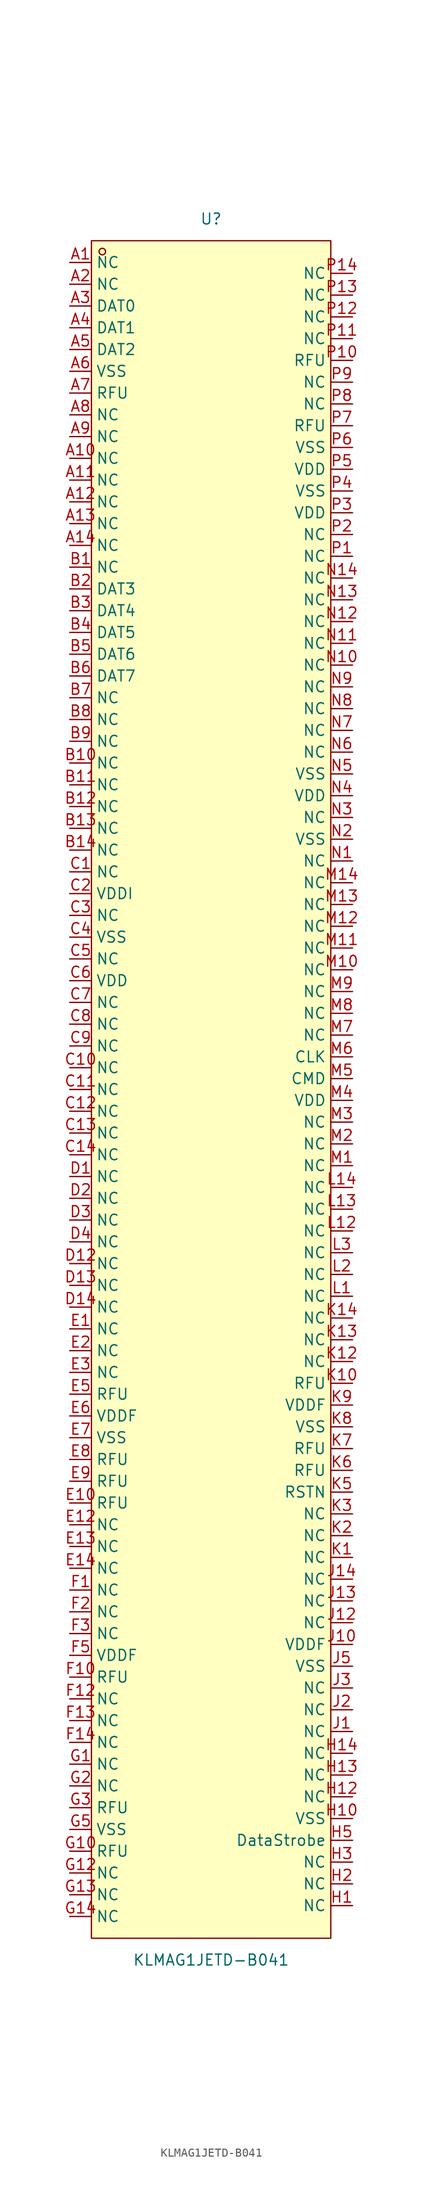
<source format=kicad_sym>
(kicad_symbol_lib
  (version 20211014)
  (generator https://github.com/uPesy/easyeda2kicad.py)
  (symbol "KLMAG1JETD-B041"
    (property "Reference" "U"
      (at 0 101.60 0)
      (effects (font (size 1.27 1.27))))
    (property "Value" "KLMAG1JETD-B041"
      (at 0 -101.60 0)
      (effects (font (size 1.27 1.27))))
    (symbol "KLMAG1JETD-B041_0_1"
      (rectangle (start -13.97 99.06) (end 13.97 -99.06) (stroke (width 0) (type default) (color 0 0 0 0)) (fill (type background)))
      (circle (center -12.70 97.79) (radius 0.38) (stroke (width 0) (type default) (color 0 0 0 0)) (fill (type none)))
      (pin unspecified line (at -16.51 96.52 0) (length 2.54) (name "NC" (effects (font (size 1.27 1.27)))) (number "A1" (effects (font (size 1.27 1.27)))))
      (pin unspecified line (at -16.51 93.98 0) (length 2.54) (name "NC" (effects (font (size 1.27 1.27)))) (number "A2" (effects (font (size 1.27 1.27)))))
      (pin unspecified line (at -16.51 91.44 0) (length 2.54) (name "DAT0" (effects (font (size 1.27 1.27)))) (number "A3" (effects (font (size 1.27 1.27)))))
      (pin unspecified line (at -16.51 88.90 0) (length 2.54) (name "DAT1" (effects (font (size 1.27 1.27)))) (number "A4" (effects (font (size 1.27 1.27)))))
      (pin unspecified line (at -16.51 86.36 0) (length 2.54) (name "DAT2" (effects (font (size 1.27 1.27)))) (number "A5" (effects (font (size 1.27 1.27)))))
      (pin unspecified line (at -16.51 83.82 0) (length 2.54) (name "VSS" (effects (font (size 1.27 1.27)))) (number "A6" (effects (font (size 1.27 1.27)))))
      (pin unspecified line (at -16.51 81.28 0) (length 2.54) (name "RFU" (effects (font (size 1.27 1.27)))) (number "A7" (effects (font (size 1.27 1.27)))))
      (pin unspecified line (at -16.51 78.74 0) (length 2.54) (name "NC" (effects (font (size 1.27 1.27)))) (number "A8" (effects (font (size 1.27 1.27)))))
      (pin unspecified line (at -16.51 76.20 0) (length 2.54) (name "NC" (effects (font (size 1.27 1.27)))) (number "A9" (effects (font (size 1.27 1.27)))))
      (pin unspecified line (at -16.51 73.66 0) (length 2.54) (name "NC" (effects (font (size 1.27 1.27)))) (number "A10" (effects (font (size 1.27 1.27)))))
      (pin unspecified line (at -16.51 71.12 0) (length 2.54) (name "NC" (effects (font (size 1.27 1.27)))) (number "A11" (effects (font (size 1.27 1.27)))))
      (pin unspecified line (at -16.51 68.58 0) (length 2.54) (name "NC" (effects (font (size 1.27 1.27)))) (number "A12" (effects (font (size 1.27 1.27)))))
      (pin unspecified line (at -16.51 66.04 0) (length 2.54) (name "NC" (effects (font (size 1.27 1.27)))) (number "A13" (effects (font (size 1.27 1.27)))))
      (pin unspecified line (at -16.51 63.50 0) (length 2.54) (name "NC" (effects (font (size 1.27 1.27)))) (number "A14" (effects (font (size 1.27 1.27)))))
      (pin unspecified line (at -16.51 60.96 0) (length 2.54) (name "NC" (effects (font (size 1.27 1.27)))) (number "B1" (effects (font (size 1.27 1.27)))))
      (pin unspecified line (at -16.51 58.42 0) (length 2.54) (name "DAT3" (effects (font (size 1.27 1.27)))) (number "B2" (effects (font (size 1.27 1.27)))))
      (pin unspecified line (at -16.51 55.88 0) (length 2.54) (name "DAT4" (effects (font (size 1.27 1.27)))) (number "B3" (effects (font (size 1.27 1.27)))))
      (pin unspecified line (at -16.51 53.34 0) (length 2.54) (name "DAT5" (effects (font (size 1.27 1.27)))) (number "B4" (effects (font (size 1.27 1.27)))))
      (pin unspecified line (at -16.51 50.80 0) (length 2.54) (name "DAT6" (effects (font (size 1.27 1.27)))) (number "B5" (effects (font (size 1.27 1.27)))))
      (pin unspecified line (at -16.51 48.26 0) (length 2.54) (name "DAT7" (effects (font (size 1.27 1.27)))) (number "B6" (effects (font (size 1.27 1.27)))))
      (pin unspecified line (at -16.51 45.72 0) (length 2.54) (name "NC" (effects (font (size 1.27 1.27)))) (number "B7" (effects (font (size 1.27 1.27)))))
      (pin unspecified line (at -16.51 43.18 0) (length 2.54) (name "NC" (effects (font (size 1.27 1.27)))) (number "B8" (effects (font (size 1.27 1.27)))))
      (pin unspecified line (at -16.51 40.64 0) (length 2.54) (name "NC" (effects (font (size 1.27 1.27)))) (number "B9" (effects (font (size 1.27 1.27)))))
      (pin unspecified line (at -16.51 38.10 0) (length 2.54) (name "NC" (effects (font (size 1.27 1.27)))) (number "B10" (effects (font (size 1.27 1.27)))))
      (pin unspecified line (at -16.51 35.56 0) (length 2.54) (name "NC" (effects (font (size 1.27 1.27)))) (number "B11" (effects (font (size 1.27 1.27)))))
      (pin unspecified line (at -16.51 33.02 0) (length 2.54) (name "NC" (effects (font (size 1.27 1.27)))) (number "B12" (effects (font (size 1.27 1.27)))))
      (pin unspecified line (at -16.51 30.48 0) (length 2.54) (name "NC" (effects (font (size 1.27 1.27)))) (number "B13" (effects (font (size 1.27 1.27)))))
      (pin unspecified line (at -16.51 27.94 0) (length 2.54) (name "NC" (effects (font (size 1.27 1.27)))) (number "B14" (effects (font (size 1.27 1.27)))))
      (pin unspecified line (at -16.51 25.40 0) (length 2.54) (name "NC" (effects (font (size 1.27 1.27)))) (number "C1" (effects (font (size 1.27 1.27)))))
      (pin unspecified line (at -16.51 22.86 0) (length 2.54) (name "VDDI" (effects (font (size 1.27 1.27)))) (number "C2" (effects (font (size 1.27 1.27)))))
      (pin unspecified line (at -16.51 20.32 0) (length 2.54) (name "NC" (effects (font (size 1.27 1.27)))) (number "C3" (effects (font (size 1.27 1.27)))))
      (pin unspecified line (at -16.51 17.78 0) (length 2.54) (name "VSS" (effects (font (size 1.27 1.27)))) (number "C4" (effects (font (size 1.27 1.27)))))
      (pin unspecified line (at -16.51 15.24 0) (length 2.54) (name "NC" (effects (font (size 1.27 1.27)))) (number "C5" (effects (font (size 1.27 1.27)))))
      (pin unspecified line (at -16.51 12.70 0) (length 2.54) (name "VDD" (effects (font (size 1.27 1.27)))) (number "C6" (effects (font (size 1.27 1.27)))))
      (pin unspecified line (at -16.51 10.16 0) (length 2.54) (name "NC" (effects (font (size 1.27 1.27)))) (number "C7" (effects (font (size 1.27 1.27)))))
      (pin unspecified line (at -16.51 7.62 0) (length 2.54) (name "NC" (effects (font (size 1.27 1.27)))) (number "C8" (effects (font (size 1.27 1.27)))))
      (pin unspecified line (at -16.51 5.08 0) (length 2.54) (name "NC" (effects (font (size 1.27 1.27)))) (number "C9" (effects (font (size 1.27 1.27)))))
      (pin unspecified line (at -16.51 2.54 0) (length 2.54) (name "NC" (effects (font (size 1.27 1.27)))) (number "C10" (effects (font (size 1.27 1.27)))))
      (pin unspecified line (at -16.51 -0.00 0) (length 2.54) (name "NC" (effects (font (size 1.27 1.27)))) (number "C11" (effects (font (size 1.27 1.27)))))
      (pin unspecified line (at -16.51 -2.54 0) (length 2.54) (name "NC" (effects (font (size 1.27 1.27)))) (number "C12" (effects (font (size 1.27 1.27)))))
      (pin unspecified line (at -16.51 -5.08 0) (length 2.54) (name "NC" (effects (font (size 1.27 1.27)))) (number "C13" (effects (font (size 1.27 1.27)))))
      (pin unspecified line (at -16.51 -7.62 0) (length 2.54) (name "NC" (effects (font (size 1.27 1.27)))) (number "C14" (effects (font (size 1.27 1.27)))))
      (pin unspecified line (at -16.51 -10.16 0) (length 2.54) (name "NC" (effects (font (size 1.27 1.27)))) (number "D1" (effects (font (size 1.27 1.27)))))
      (pin unspecified line (at -16.51 -12.70 0) (length 2.54) (name "NC" (effects (font (size 1.27 1.27)))) (number "D2" (effects (font (size 1.27 1.27)))))
      (pin unspecified line (at -16.51 -15.24 0) (length 2.54) (name "NC" (effects (font (size 1.27 1.27)))) (number "D3" (effects (font (size 1.27 1.27)))))
      (pin unspecified line (at -16.51 -17.78 0) (length 2.54) (name "NC" (effects (font (size 1.27 1.27)))) (number "D4" (effects (font (size 1.27 1.27)))))
      (pin unspecified line (at -16.51 -20.32 0) (length 2.54) (name "NC" (effects (font (size 1.27 1.27)))) (number "D12" (effects (font (size 1.27 1.27)))))
      (pin unspecified line (at -16.51 -22.86 0) (length 2.54) (name "NC" (effects (font (size 1.27 1.27)))) (number "D13" (effects (font (size 1.27 1.27)))))
      (pin unspecified line (at -16.51 -25.40 0) (length 2.54) (name "NC" (effects (font (size 1.27 1.27)))) (number "D14" (effects (font (size 1.27 1.27)))))
      (pin unspecified line (at -16.51 -27.94 0) (length 2.54) (name "NC" (effects (font (size 1.27 1.27)))) (number "E1" (effects (font (size 1.27 1.27)))))
      (pin unspecified line (at -16.51 -30.48 0) (length 2.54) (name "NC" (effects (font (size 1.27 1.27)))) (number "E2" (effects (font (size 1.27 1.27)))))
      (pin unspecified line (at -16.51 -33.02 0) (length 2.54) (name "NC" (effects (font (size 1.27 1.27)))) (number "E3" (effects (font (size 1.27 1.27)))))
      (pin unspecified line (at -16.51 -35.56 0) (length 2.54) (name "RFU" (effects (font (size 1.27 1.27)))) (number "E5" (effects (font (size 1.27 1.27)))))
      (pin unspecified line (at -16.51 -38.10 0) (length 2.54) (name "VDDF" (effects (font (size 1.27 1.27)))) (number "E6" (effects (font (size 1.27 1.27)))))
      (pin unspecified line (at -16.51 -40.64 0) (length 2.54) (name "VSS" (effects (font (size 1.27 1.27)))) (number "E7" (effects (font (size 1.27 1.27)))))
      (pin unspecified line (at -16.51 -43.18 0) (length 2.54) (name "RFU" (effects (font (size 1.27 1.27)))) (number "E8" (effects (font (size 1.27 1.27)))))
      (pin unspecified line (at -16.51 -45.72 0) (length 2.54) (name "RFU" (effects (font (size 1.27 1.27)))) (number "E9" (effects (font (size 1.27 1.27)))))
      (pin unspecified line (at -16.51 -48.26 0) (length 2.54) (name "RFU" (effects (font (size 1.27 1.27)))) (number "E10" (effects (font (size 1.27 1.27)))))
      (pin unspecified line (at -16.51 -50.80 0) (length 2.54) (name "NC" (effects (font (size 1.27 1.27)))) (number "E12" (effects (font (size 1.27 1.27)))))
      (pin unspecified line (at -16.51 -53.34 0) (length 2.54) (name "NC" (effects (font (size 1.27 1.27)))) (number "E13" (effects (font (size 1.27 1.27)))))
      (pin unspecified line (at -16.51 -55.88 0) (length 2.54) (name "NC" (effects (font (size 1.27 1.27)))) (number "E14" (effects (font (size 1.27 1.27)))))
      (pin unspecified line (at -16.51 -58.42 0) (length 2.54) (name "NC" (effects (font (size 1.27 1.27)))) (number "F1" (effects (font (size 1.27 1.27)))))
      (pin unspecified line (at -16.51 -60.96 0) (length 2.54) (name "NC" (effects (font (size 1.27 1.27)))) (number "F2" (effects (font (size 1.27 1.27)))))
      (pin unspecified line (at -16.51 -63.50 0) (length 2.54) (name "NC" (effects (font (size 1.27 1.27)))) (number "F3" (effects (font (size 1.27 1.27)))))
      (pin unspecified line (at -16.51 -66.04 0) (length 2.54) (name "VDDF" (effects (font (size 1.27 1.27)))) (number "F5" (effects (font (size 1.27 1.27)))))
      (pin unspecified line (at -16.51 -68.58 0) (length 2.54) (name "RFU" (effects (font (size 1.27 1.27)))) (number "F10" (effects (font (size 1.27 1.27)))))
      (pin unspecified line (at -16.51 -71.12 0) (length 2.54) (name "NC" (effects (font (size 1.27 1.27)))) (number "F12" (effects (font (size 1.27 1.27)))))
      (pin unspecified line (at -16.51 -73.66 0) (length 2.54) (name "NC" (effects (font (size 1.27 1.27)))) (number "F13" (effects (font (size 1.27 1.27)))))
      (pin unspecified line (at -16.51 -76.20 0) (length 2.54) (name "NC" (effects (font (size 1.27 1.27)))) (number "F14" (effects (font (size 1.27 1.27)))))
      (pin unspecified line (at -16.51 -78.74 0) (length 2.54) (name "NC" (effects (font (size 1.27 1.27)))) (number "G1" (effects (font (size 1.27 1.27)))))
      (pin unspecified line (at -16.51 -81.28 0) (length 2.54) (name "NC" (effects (font (size 1.27 1.27)))) (number "G2" (effects (font (size 1.27 1.27)))))
      (pin unspecified line (at -16.51 -83.82 0) (length 2.54) (name "RFU" (effects (font (size 1.27 1.27)))) (number "G3" (effects (font (size 1.27 1.27)))))
      (pin unspecified line (at -16.51 -86.36 0) (length 2.54) (name "VSS" (effects (font (size 1.27 1.27)))) (number "G5" (effects (font (size 1.27 1.27)))))
      (pin unspecified line (at -16.51 -88.90 0) (length 2.54) (name "RFU" (effects (font (size 1.27 1.27)))) (number "G10" (effects (font (size 1.27 1.27)))))
      (pin unspecified line (at -16.51 -91.44 0) (length 2.54) (name "NC" (effects (font (size 1.27 1.27)))) (number "G12" (effects (font (size 1.27 1.27)))))
      (pin unspecified line (at -16.51 -93.98 0) (length 2.54) (name "NC" (effects (font (size 1.27 1.27)))) (number "G13" (effects (font (size 1.27 1.27)))))
      (pin unspecified line (at -16.51 -96.52 0) (length 2.54) (name "NC" (effects (font (size 1.27 1.27)))) (number "G14" (effects (font (size 1.27 1.27)))))
      (pin unspecified line (at 16.51 -95.25 180) (length 2.54) (name "NC" (effects (font (size 1.27 1.27)))) (number "H1" (effects (font (size 1.27 1.27)))))
      (pin unspecified line (at 16.51 -92.71 180) (length 2.54) (name "NC" (effects (font (size 1.27 1.27)))) (number "H2" (effects (font (size 1.27 1.27)))))
      (pin unspecified line (at 16.51 -90.17 180) (length 2.54) (name "NC" (effects (font (size 1.27 1.27)))) (number "H3" (effects (font (size 1.27 1.27)))))
      (pin unspecified line (at 16.51 -87.63 180) (length 2.54) (name "DataStrobe" (effects (font (size 1.27 1.27)))) (number "H5" (effects (font (size 1.27 1.27)))))
      (pin unspecified line (at 16.51 -85.09 180) (length 2.54) (name "VSS" (effects (font (size 1.27 1.27)))) (number "H10" (effects (font (size 1.27 1.27)))))
      (pin unspecified line (at 16.51 -82.55 180) (length 2.54) (name "NC" (effects (font (size 1.27 1.27)))) (number "H12" (effects (font (size 1.27 1.27)))))
      (pin unspecified line (at 16.51 -80.01 180) (length 2.54) (name "NC" (effects (font (size 1.27 1.27)))) (number "H13" (effects (font (size 1.27 1.27)))))
      (pin unspecified line (at 16.51 -77.47 180) (length 2.54) (name "NC" (effects (font (size 1.27 1.27)))) (number "H14" (effects (font (size 1.27 1.27)))))
      (pin unspecified line (at 16.51 -74.93 180) (length 2.54) (name "NC" (effects (font (size 1.27 1.27)))) (number "J1" (effects (font (size 1.27 1.27)))))
      (pin unspecified line (at 16.51 -72.39 180) (length 2.54) (name "NC" (effects (font (size 1.27 1.27)))) (number "J2" (effects (font (size 1.27 1.27)))))
      (pin unspecified line (at 16.51 -69.85 180) (length 2.54) (name "NC" (effects (font (size 1.27 1.27)))) (number "J3" (effects (font (size 1.27 1.27)))))
      (pin unspecified line (at 16.51 -67.31 180) (length 2.54) (name "VSS" (effects (font (size 1.27 1.27)))) (number "J5" (effects (font (size 1.27 1.27)))))
      (pin unspecified line (at 16.51 -64.77 180) (length 2.54) (name "VDDF" (effects (font (size 1.27 1.27)))) (number "J10" (effects (font (size 1.27 1.27)))))
      (pin unspecified line (at 16.51 -62.23 180) (length 2.54) (name "NC" (effects (font (size 1.27 1.27)))) (number "J12" (effects (font (size 1.27 1.27)))))
      (pin unspecified line (at 16.51 -59.69 180) (length 2.54) (name "NC" (effects (font (size 1.27 1.27)))) (number "J13" (effects (font (size 1.27 1.27)))))
      (pin unspecified line (at 16.51 -57.15 180) (length 2.54) (name "NC" (effects (font (size 1.27 1.27)))) (number "J14" (effects (font (size 1.27 1.27)))))
      (pin unspecified line (at 16.51 -54.61 180) (length 2.54) (name "NC" (effects (font (size 1.27 1.27)))) (number "K1" (effects (font (size 1.27 1.27)))))
      (pin unspecified line (at 16.51 -52.07 180) (length 2.54) (name "NC" (effects (font (size 1.27 1.27)))) (number "K2" (effects (font (size 1.27 1.27)))))
      (pin unspecified line (at 16.51 -49.53 180) (length 2.54) (name "NC" (effects (font (size 1.27 1.27)))) (number "K3" (effects (font (size 1.27 1.27)))))
      (pin unspecified line (at 16.51 -46.99 180) (length 2.54) (name "RSTN" (effects (font (size 1.27 1.27)))) (number "K5" (effects (font (size 1.27 1.27)))))
      (pin unspecified line (at 16.51 -44.45 180) (length 2.54) (name "RFU" (effects (font (size 1.27 1.27)))) (number "K6" (effects (font (size 1.27 1.27)))))
      (pin unspecified line (at 16.51 -41.91 180) (length 2.54) (name "RFU" (effects (font (size 1.27 1.27)))) (number "K7" (effects (font (size 1.27 1.27)))))
      (pin unspecified line (at 16.51 -39.37 180) (length 2.54) (name "VSS" (effects (font (size 1.27 1.27)))) (number "K8" (effects (font (size 1.27 1.27)))))
      (pin unspecified line (at 16.51 -36.83 180) (length 2.54) (name "VDDF" (effects (font (size 1.27 1.27)))) (number "K9" (effects (font (size 1.27 1.27)))))
      (pin unspecified line (at 16.51 -34.29 180) (length 2.54) (name "RFU" (effects (font (size 1.27 1.27)))) (number "K10" (effects (font (size 1.27 1.27)))))
      (pin unspecified line (at 16.51 -31.75 180) (length 2.54) (name "NC" (effects (font (size 1.27 1.27)))) (number "K12" (effects (font (size 1.27 1.27)))))
      (pin unspecified line (at 16.51 -29.21 180) (length 2.54) (name "NC" (effects (font (size 1.27 1.27)))) (number "K13" (effects (font (size 1.27 1.27)))))
      (pin unspecified line (at 16.51 -26.67 180) (length 2.54) (name "NC" (effects (font (size 1.27 1.27)))) (number "K14" (effects (font (size 1.27 1.27)))))
      (pin unspecified line (at 16.51 -24.13 180) (length 2.54) (name "NC" (effects (font (size 1.27 1.27)))) (number "L1" (effects (font (size 1.27 1.27)))))
      (pin unspecified line (at 16.51 -21.59 180) (length 2.54) (name "NC" (effects (font (size 1.27 1.27)))) (number "L2" (effects (font (size 1.27 1.27)))))
      (pin unspecified line (at 16.51 -19.05 180) (length 2.54) (name "NC" (effects (font (size 1.27 1.27)))) (number "L3" (effects (font (size 1.27 1.27)))))
      (pin unspecified line (at 16.51 -16.51 180) (length 2.54) (name "NC" (effects (font (size 1.27 1.27)))) (number "L12" (effects (font (size 1.27 1.27)))))
      (pin unspecified line (at 16.51 -13.97 180) (length 2.54) (name "NC" (effects (font (size 1.27 1.27)))) (number "L13" (effects (font (size 1.27 1.27)))))
      (pin unspecified line (at 16.51 -11.43 180) (length 2.54) (name "NC" (effects (font (size 1.27 1.27)))) (number "L14" (effects (font (size 1.27 1.27)))))
      (pin unspecified line (at 16.51 -8.89 180) (length 2.54) (name "NC" (effects (font (size 1.27 1.27)))) (number "M1" (effects (font (size 1.27 1.27)))))
      (pin unspecified line (at 16.51 -6.35 180) (length 2.54) (name "NC" (effects (font (size 1.27 1.27)))) (number "M2" (effects (font (size 1.27 1.27)))))
      (pin unspecified line (at 16.51 -3.81 180) (length 2.54) (name "NC" (effects (font (size 1.27 1.27)))) (number "M3" (effects (font (size 1.27 1.27)))))
      (pin unspecified line (at 16.51 -1.27 180) (length 2.54) (name "VDD" (effects (font (size 1.27 1.27)))) (number "M4" (effects (font (size 1.27 1.27)))))
      (pin unspecified line (at 16.51 1.27 180) (length 2.54) (name "CMD" (effects (font (size 1.27 1.27)))) (number "M5" (effects (font (size 1.27 1.27)))))
      (pin unspecified line (at 16.51 3.81 180) (length 2.54) (name "CLK" (effects (font (size 1.27 1.27)))) (number "M6" (effects (font (size 1.27 1.27)))))
      (pin unspecified line (at 16.51 6.35 180) (length 2.54) (name "NC" (effects (font (size 1.27 1.27)))) (number "M7" (effects (font (size 1.27 1.27)))))
      (pin unspecified line (at 16.51 8.89 180) (length 2.54) (name "NC" (effects (font (size 1.27 1.27)))) (number "M8" (effects (font (size 1.27 1.27)))))
      (pin unspecified line (at 16.51 11.43 180) (length 2.54) (name "NC" (effects (font (size 1.27 1.27)))) (number "M9" (effects (font (size 1.27 1.27)))))
      (pin unspecified line (at 16.51 13.97 180) (length 2.54) (name "NC" (effects (font (size 1.27 1.27)))) (number "M10" (effects (font (size 1.27 1.27)))))
      (pin unspecified line (at 16.51 16.51 180) (length 2.54) (name "NC" (effects (font (size 1.27 1.27)))) (number "M11" (effects (font (size 1.27 1.27)))))
      (pin unspecified line (at 16.51 19.05 180) (length 2.54) (name "NC" (effects (font (size 1.27 1.27)))) (number "M12" (effects (font (size 1.27 1.27)))))
      (pin unspecified line (at 16.51 21.59 180) (length 2.54) (name "NC" (effects (font (size 1.27 1.27)))) (number "M13" (effects (font (size 1.27 1.27)))))
      (pin unspecified line (at 16.51 24.13 180) (length 2.54) (name "NC" (effects (font (size 1.27 1.27)))) (number "M14" (effects (font (size 1.27 1.27)))))
      (pin unspecified line (at 16.51 26.67 180) (length 2.54) (name "NC" (effects (font (size 1.27 1.27)))) (number "N1" (effects (font (size 1.27 1.27)))))
      (pin unspecified line (at 16.51 29.21 180) (length 2.54) (name "VSS" (effects (font (size 1.27 1.27)))) (number "N2" (effects (font (size 1.27 1.27)))))
      (pin unspecified line (at 16.51 31.75 180) (length 2.54) (name "NC" (effects (font (size 1.27 1.27)))) (number "N3" (effects (font (size 1.27 1.27)))))
      (pin unspecified line (at 16.51 34.29 180) (length 2.54) (name "VDD" (effects (font (size 1.27 1.27)))) (number "N4" (effects (font (size 1.27 1.27)))))
      (pin unspecified line (at 16.51 36.83 180) (length 2.54) (name "VSS" (effects (font (size 1.27 1.27)))) (number "N5" (effects (font (size 1.27 1.27)))))
      (pin unspecified line (at 16.51 39.37 180) (length 2.54) (name "NC" (effects (font (size 1.27 1.27)))) (number "N6" (effects (font (size 1.27 1.27)))))
      (pin unspecified line (at 16.51 41.91 180) (length 2.54) (name "NC" (effects (font (size 1.27 1.27)))) (number "N7" (effects (font (size 1.27 1.27)))))
      (pin unspecified line (at 16.51 44.45 180) (length 2.54) (name "NC" (effects (font (size 1.27 1.27)))) (number "N8" (effects (font (size 1.27 1.27)))))
      (pin unspecified line (at 16.51 46.99 180) (length 2.54) (name "NC" (effects (font (size 1.27 1.27)))) (number "N9" (effects (font (size 1.27 1.27)))))
      (pin unspecified line (at 16.51 49.53 180) (length 2.54) (name "NC" (effects (font (size 1.27 1.27)))) (number "N10" (effects (font (size 1.27 1.27)))))
      (pin unspecified line (at 16.51 52.07 180) (length 2.54) (name "NC" (effects (font (size 1.27 1.27)))) (number "N11" (effects (font (size 1.27 1.27)))))
      (pin unspecified line (at 16.51 54.61 180) (length 2.54) (name "NC" (effects (font (size 1.27 1.27)))) (number "N12" (effects (font (size 1.27 1.27)))))
      (pin unspecified line (at 16.51 57.15 180) (length 2.54) (name "NC" (effects (font (size 1.27 1.27)))) (number "N13" (effects (font (size 1.27 1.27)))))
      (pin unspecified line (at 16.51 59.69 180) (length 2.54) (name "NC" (effects (font (size 1.27 1.27)))) (number "N14" (effects (font (size 1.27 1.27)))))
      (pin unspecified line (at 16.51 62.23 180) (length 2.54) (name "NC" (effects (font (size 1.27 1.27)))) (number "P1" (effects (font (size 1.27 1.27)))))
      (pin unspecified line (at 16.51 64.77 180) (length 2.54) (name "NC" (effects (font (size 1.27 1.27)))) (number "P2" (effects (font (size 1.27 1.27)))))
      (pin unspecified line (at 16.51 67.31 180) (length 2.54) (name "VDD" (effects (font (size 1.27 1.27)))) (number "P3" (effects (font (size 1.27 1.27)))))
      (pin unspecified line (at 16.51 69.85 180) (length 2.54) (name "VSS" (effects (font (size 1.27 1.27)))) (number "P4" (effects (font (size 1.27 1.27)))))
      (pin unspecified line (at 16.51 72.39 180) (length 2.54) (name "VDD" (effects (font (size 1.27 1.27)))) (number "P5" (effects (font (size 1.27 1.27)))))
      (pin unspecified line (at 16.51 74.93 180) (length 2.54) (name "VSS" (effects (font (size 1.27 1.27)))) (number "P6" (effects (font (size 1.27 1.27)))))
      (pin unspecified line (at 16.51 77.47 180) (length 2.54) (name "RFU" (effects (font (size 1.27 1.27)))) (number "P7" (effects (font (size 1.27 1.27)))))
      (pin unspecified line (at 16.51 80.01 180) (length 2.54) (name "NC" (effects (font (size 1.27 1.27)))) (number "P8" (effects (font (size 1.27 1.27)))))
      (pin unspecified line (at 16.51 82.55 180) (length 2.54) (name "NC" (effects (font (size 1.27 1.27)))) (number "P9" (effects (font (size 1.27 1.27)))))
      (pin unspecified line (at 16.51 85.09 180) (length 2.54) (name "RFU" (effects (font (size 1.27 1.27)))) (number "P10" (effects (font (size 1.27 1.27)))))
      (pin unspecified line (at 16.51 87.63 180) (length 2.54) (name "NC" (effects (font (size 1.27 1.27)))) (number "P11" (effects (font (size 1.27 1.27)))))
      (pin unspecified line (at 16.51 90.17 180) (length 2.54) (name "NC" (effects (font (size 1.27 1.27)))) (number "P12" (effects (font (size 1.27 1.27)))))
      (pin unspecified line (at 16.51 92.71 180) (length 2.54) (name "NC" (effects (font (size 1.27 1.27)))) (number "P13" (effects (font (size 1.27 1.27)))))
      (pin unspecified line (at 16.51 95.25 180) (length 2.54) (name "NC" (effects (font (size 1.27 1.27)))) (number "P14" (effects (font (size 1.27 1.27))))))))
</source>
